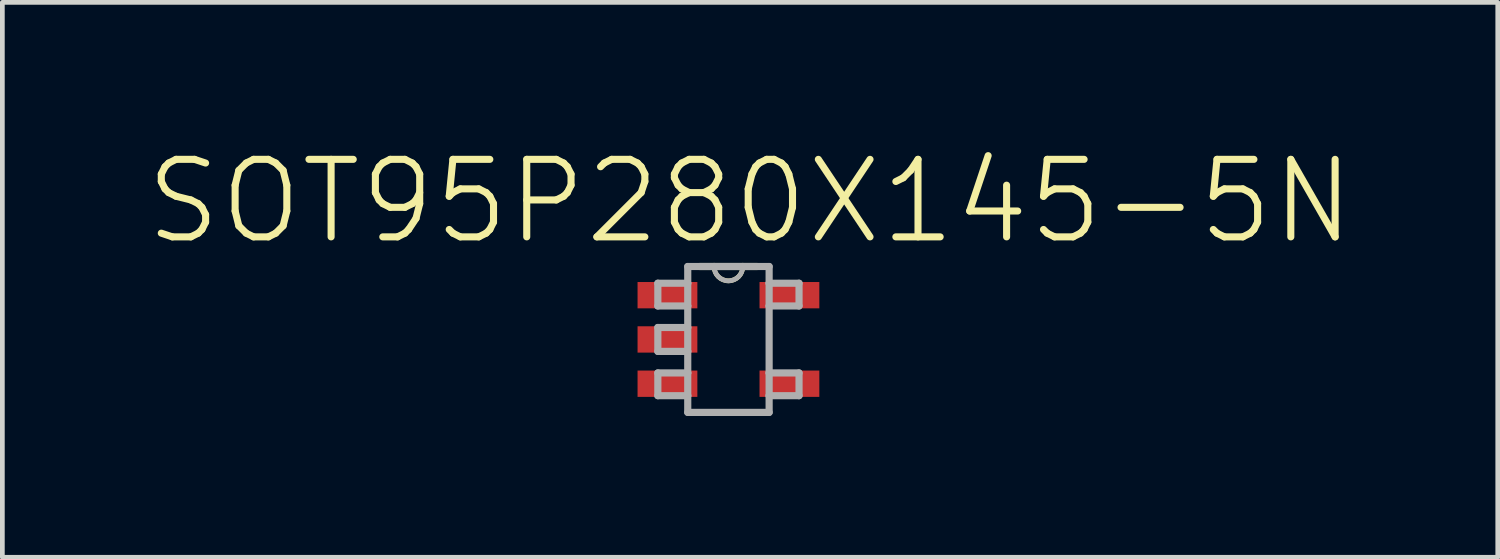
<source format=kicad_pcb>
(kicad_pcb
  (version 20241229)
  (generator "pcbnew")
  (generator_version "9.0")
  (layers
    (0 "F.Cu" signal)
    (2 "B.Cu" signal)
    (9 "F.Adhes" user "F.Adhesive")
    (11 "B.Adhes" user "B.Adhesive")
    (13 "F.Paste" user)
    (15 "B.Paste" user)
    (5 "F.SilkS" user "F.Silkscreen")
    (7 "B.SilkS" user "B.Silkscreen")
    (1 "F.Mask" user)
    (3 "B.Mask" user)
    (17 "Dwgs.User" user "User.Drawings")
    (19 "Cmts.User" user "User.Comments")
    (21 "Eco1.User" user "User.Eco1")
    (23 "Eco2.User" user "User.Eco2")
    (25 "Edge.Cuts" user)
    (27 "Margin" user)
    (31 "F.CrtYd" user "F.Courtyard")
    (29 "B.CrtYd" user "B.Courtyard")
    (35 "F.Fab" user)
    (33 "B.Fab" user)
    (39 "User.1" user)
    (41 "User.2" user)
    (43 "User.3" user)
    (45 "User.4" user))
  (footprint "SOT95P280X145-5N"
    (layer "F.Cu")
    (at 12.418 4.158)
    (property "Reference" "SOT95P280X145-5N" (at 0.459 -2.932 0) (layer "F.SilkS") (effects (font (size 1.646 1.646) (thickness 0.15))))
    (attr smd)
    (fp_line (start -0.305 -1.549) (end -0.61 -1.549) (stroke (width 0.152) (type solid)) (layer "F.SilkS"))
    (fp_line (start 0.305 -1.549) (end -0.305 -1.549) (stroke (width 0.152) (type solid)) (layer "F.SilkS"))
    (fp_line (start 0.61 -1.549) (end 0.305 -1.549) (stroke (width 0.152) (type solid)) (layer "F.SilkS"))
    (fp_arc (start 0.3048 -1.5494) (mid 0 -1.2446) (end -0.3048 -1.5494) (stroke (width 0.1) (type solid)) (layer "F.SilkS"))
    (fp_line (start -1.499 -1.194) (end -1.499 -0.711) (stroke (width 0.152) (type solid)) (layer "F.Fab"))
    (fp_line (start -1.499 -0.711) (end -0.864 -0.711) (stroke (width 0.152) (type solid)) (layer "F.Fab"))
    (fp_line (start -1.499 -0.254) (end -1.499 0.254) (stroke (width 0.152) (type solid)) (layer "F.Fab"))
    (fp_line (start -1.499 0.254) (end -0.864 0.254) (stroke (width 0.152) (type solid)) (layer "F.Fab"))
    (fp_line (start -1.499 0.711) (end -1.499 1.194) (stroke (width 0.152) (type solid)) (layer "F.Fab"))
    (fp_line (start -1.499 1.194) (end -0.864 1.194) (stroke (width 0.152) (type solid)) (layer "F.Fab"))
    (fp_line (start -0.864 -1.549) (end -0.864 -1.194) (stroke (width 0.152) (type solid)) (layer "F.Fab"))
    (fp_line (start -0.864 -1.194) (end -1.499 -1.194) (stroke (width 0.152) (type solid)) (layer "F.Fab"))
    (fp_line (start -0.864 -1.194) (end -0.864 -0.711) (stroke (width 0.152) (type solid)) (layer "F.Fab"))
    (fp_line (start -0.864 -0.711) (end -0.864 -0.254) (stroke (width 0.152) (type solid)) (layer "F.Fab"))
    (fp_line (start -0.864 -0.254) (end -1.499 -0.254) (stroke (width 0.152) (type solid)) (layer "F.Fab"))
    (fp_line (start -0.864 -0.254) (end -0.864 0.254) (stroke (width 0.152) (type solid)) (layer "F.Fab"))
    (fp_line (start -0.864 0.254) (end -0.864 0.711) (stroke (width 0.152) (type solid)) (layer "F.Fab"))
    (fp_line (start -0.864 0.711) (end -1.499 0.711) (stroke (width 0.152) (type solid)) (layer "F.Fab"))
    (fp_line (start -0.864 1.194) (end -0.864 0.711) (stroke (width 0.152) (type solid)) (layer "F.Fab"))
    (fp_line (start -0.864 1.549) (end -0.864 1.194) (stroke (width 0.152) (type solid)) (layer "F.Fab"))
    (fp_line (start -0.864 1.549) (end 0.864 1.549) (stroke (width 0.152) (type solid)) (layer "F.Fab"))
    (fp_line (start -0.305 -1.549) (end -0.864 -1.549) (stroke (width 0.152) (type solid)) (layer "F.Fab"))
    (fp_line (start 0.305 -1.549) (end -0.305 -1.549) (stroke (width 0.152) (type solid)) (layer "F.Fab"))
    (fp_line (start 0.864 -1.549) (end 0.305 -1.549) (stroke (width 0.152) (type solid)) (layer "F.Fab"))
    (fp_line (start 0.864 -1.549) (end 0.864 -1.194) (stroke (width 0.152) (type solid)) (layer "F.Fab"))
    (fp_line (start 0.864 -1.194) (end 0.864 -0.711) (stroke (width 0.152) (type solid)) (layer "F.Fab"))
    (fp_line (start 0.864 -0.711) (end 1.499 -0.711) (stroke (width 0.152) (type solid)) (layer "F.Fab"))
    (fp_line (start 0.864 0.711) (end 0.864 -0.711) (stroke (width 0.152) (type solid)) (layer "F.Fab"))
    (fp_line (start 0.864 1.194) (end 0.864 0.711) (stroke (width 0.152) (type solid)) (layer "F.Fab"))
    (fp_line (start 0.864 1.194) (end 1.499 1.194) (stroke (width 0.152) (type solid)) (layer "F.Fab"))
    (fp_line (start 0.864 1.549) (end 0.864 1.194) (stroke (width 0.152) (type solid)) (layer "F.Fab"))
    (fp_line (start 1.499 -1.194) (end 0.864 -1.194) (stroke (width 0.152) (type solid)) (layer "F.Fab"))
    (fp_line (start 1.499 -0.711) (end 1.499 -1.194) (stroke (width 0.152) (type solid)) (layer "F.Fab"))
    (fp_line (start 1.499 0.711) (end 0.864 0.711) (stroke (width 0.152) (type solid)) (layer "F.Fab"))
    (fp_line (start 1.499 1.194) (end 1.499 0.711) (stroke (width 0.152) (type solid)) (layer "F.Fab"))
    (fp_arc (start 0.3048 -1.5494) (mid 0 -1.2446) (end -0.3048 -1.5494) (stroke (width 0.1) (type solid)) (layer "F.Fab"))
    (pad "1" smd rect (at -1.295 -0.94) (size 1.27 0.559) (layers "F.Cu" "F.Mask" "F.Paste"))
    (pad "2" smd rect (at -1.295 0) (size 1.27 0.559) (layers "F.Cu" "F.Mask" "F.Paste"))
    (pad "3" smd rect (at -1.295 0.94) (size 1.27 0.559) (layers "F.Cu" "F.Mask" "F.Paste"))
    (pad "4" smd rect (at 1.295 0.94) (size 1.27 0.559) (layers "F.Cu" "F.Mask" "F.Paste"))
    (pad "5" smd rect (at 1.295 -0.94) (size 1.27 0.559) (layers "F.Cu" "F.Mask" "F.Paste")))
  (gr_rect
    (start -3 -3)
    (end 28.754 8.784)
    (stroke (width 0.1) (type default))
    (fill no)
    (layer "Edge.Cuts")))
</source>
